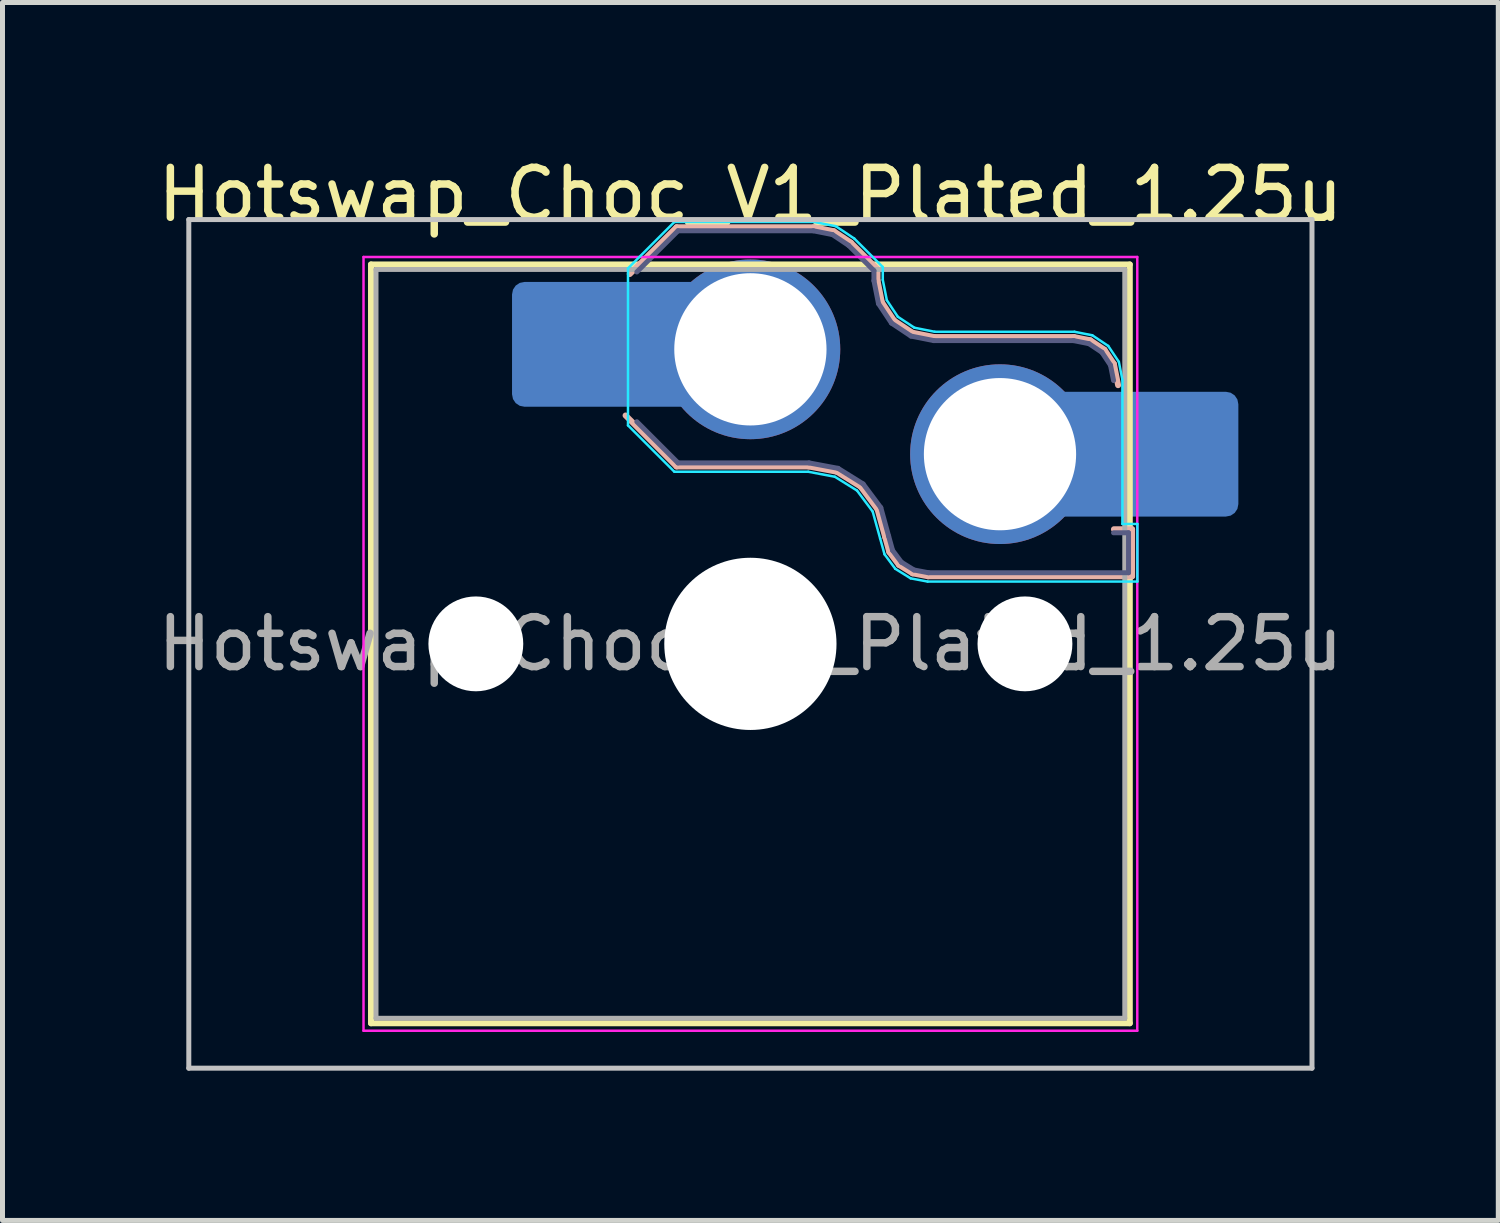
<source format=kicad_pcb>
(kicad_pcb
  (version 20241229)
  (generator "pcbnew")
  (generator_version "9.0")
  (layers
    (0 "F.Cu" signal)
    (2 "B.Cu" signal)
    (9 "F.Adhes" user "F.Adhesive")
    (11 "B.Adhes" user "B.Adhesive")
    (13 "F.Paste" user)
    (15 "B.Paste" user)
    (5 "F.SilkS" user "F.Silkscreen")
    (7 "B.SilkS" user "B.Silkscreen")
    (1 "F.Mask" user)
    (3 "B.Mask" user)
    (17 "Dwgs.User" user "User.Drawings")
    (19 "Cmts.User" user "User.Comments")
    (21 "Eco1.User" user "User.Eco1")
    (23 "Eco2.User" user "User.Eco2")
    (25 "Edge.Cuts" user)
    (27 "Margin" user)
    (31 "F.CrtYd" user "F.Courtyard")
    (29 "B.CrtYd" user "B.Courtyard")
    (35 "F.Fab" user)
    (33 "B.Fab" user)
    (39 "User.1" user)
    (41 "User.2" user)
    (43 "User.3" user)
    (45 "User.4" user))
  (footprint "Hotswap_Choc_V1_Plated_1.25u"
    (layer "F.Cu")
    (at 11.982 9.848)
    (property "Reference" "Hotswap_Choc_V1_Plated_1.25u" (at 0 -9 0) (layer "F.SilkS") (effects (font (size 1 1) (thickness 0.15))))
    (attr smd allow_soldermask_bridges)
    (fp_line (start -7.6 -7.6) (end -7.6 7.6) (stroke (width 0.12) (type solid)) (layer "F.SilkS"))
    (fp_line (start -7.6 7.6) (end 7.6 7.6) (stroke (width 0.12) (type solid)) (layer "F.SilkS"))
    (fp_line (start 7.6 -7.6) (end -7.6 -7.6) (stroke (width 0.12) (type solid)) (layer "F.SilkS"))
    (fp_line (start 7.6 7.6) (end 7.6 -7.6) (stroke (width 0.12) (type solid)) (layer "F.SilkS"))
    (fp_line (start -2.416 -7.409) (end -1.479 -8.346) (stroke (width 0.12) (type solid)) (layer "B.SilkS"))
    (fp_line (start -1.479 -8.346) (end 1.268 -8.346) (stroke (width 0.12) (type solid)) (layer "B.SilkS"))
    (fp_line (start -1.479 -3.554) (end -2.5 -4.575) (stroke (width 0.12) (type solid)) (layer "B.SilkS"))
    (fp_line (start 1.168 -3.554) (end -1.479 -3.554) (stroke (width 0.12) (type solid)) (layer "B.SilkS"))
    (fp_line (start 1.268 -8.346) (end 1.671 -8.266) (stroke (width 0.12) (type solid)) (layer "B.SilkS"))
    (fp_line (start 1.671 -8.266) (end 2.013 -8.037) (stroke (width 0.12) (type solid)) (layer "B.SilkS"))
    (fp_line (start 1.73 -3.449) (end 1.168 -3.554) (stroke (width 0.12) (type solid)) (layer "B.SilkS"))
    (fp_line (start 2.013 -8.037) (end 2.546 -7.504) (stroke (width 0.12) (type solid)) (layer "B.SilkS"))
    (fp_line (start 2.209 -3.15) (end 1.73 -3.449) (stroke (width 0.12) (type solid)) (layer "B.SilkS"))
    (fp_line (start 2.546 -7.504) (end 2.546 -7.282) (stroke (width 0.12) (type solid)) (layer "B.SilkS"))
    (fp_line (start 2.546 -7.282) (end 2.633 -6.844) (stroke (width 0.12) (type solid)) (layer "B.SilkS"))
    (fp_line (start 2.547 -2.697) (end 2.209 -3.15) (stroke (width 0.12) (type solid)) (layer "B.SilkS"))
    (fp_line (start 2.633 -6.844) (end 2.877 -6.477) (stroke (width 0.12) (type solid)) (layer "B.SilkS"))
    (fp_line (start 2.701 -2.139) (end 2.547 -2.697) (stroke (width 0.12) (type solid)) (layer "B.SilkS"))
    (fp_line (start 2.783 -1.841) (end 2.701 -2.139) (stroke (width 0.12) (type solid)) (layer "B.SilkS"))
    (fp_line (start 2.877 -6.477) (end 3.244 -6.233) (stroke (width 0.12) (type solid)) (layer "B.SilkS"))
    (fp_line (start 2.976 -1.583) (end 2.783 -1.841) (stroke (width 0.12) (type solid)) (layer "B.SilkS"))
    (fp_line (start 3.244 -6.233) (end 3.682 -6.146) (stroke (width 0.12) (type solid)) (layer "B.SilkS"))
    (fp_line (start 3.25 -1.413) (end 2.976 -1.583) (stroke (width 0.12) (type solid)) (layer "B.SilkS"))
    (fp_line (start 3.56 -1.354) (end 3.25 -1.413) (stroke (width 0.12) (type solid)) (layer "B.SilkS"))
    (fp_line (start 3.682 -6.146) (end 6.482 -6.146) (stroke (width 0.12) (type solid)) (layer "B.SilkS"))
    (fp_line (start 6.482 -6.146) (end 6.809 -6.081) (stroke (width 0.12) (type solid)) (layer "B.SilkS"))
    (fp_line (start 6.809 -6.081) (end 7.092 -5.892) (stroke (width 0.12) (type solid)) (layer "B.SilkS"))
    (fp_line (start 7.092 -5.892) (end 7.281 -5.609) (stroke (width 0.12) (type solid)) (layer "B.SilkS"))
    (fp_line (start 7.281 -5.609) (end 7.366 -5.182) (stroke (width 0.12) (type solid)) (layer "B.SilkS"))
    (fp_line (start 7.283 -2.296) (end 7.646 -2.296) (stroke (width 0.12) (type solid)) (layer "B.SilkS"))
    (fp_line (start 7.646 -2.296) (end 7.646 -1.354) (stroke (width 0.12) (type solid)) (layer "B.SilkS"))
    (fp_line (start 7.646 -1.354) (end 3.56 -1.354) (stroke (width 0.12) (type solid)) (layer "B.SilkS"))
    (fp_line (start -11.25 -8.5) (end -11.25 8.5) (stroke (width 0.1) (type solid)) (layer "Dwgs.User"))
    (fp_line (start -11.25 8.5) (end 11.25 8.5) (stroke (width 0.1) (type solid)) (layer "Dwgs.User"))
    (fp_line (start 11.25 -8.5) (end -11.25 -8.5) (stroke (width 0.1) (type solid)) (layer "Dwgs.User"))
    (fp_line (start 11.25 8.5) (end 11.25 -8.5) (stroke (width 0.1) (type solid)) (layer "Dwgs.User"))
    (fp_line (start -7.25 -7.25) (end -7.25 7.25) (stroke (width 0.1) (type solid)) (layer "Eco1.User"))
    (fp_line (start -7.25 7.25) (end 7.25 7.25) (stroke (width 0.1) (type solid)) (layer "Eco1.User"))
    (fp_line (start 7.25 -7.25) (end -7.25 -7.25) (stroke (width 0.1) (type solid)) (layer "Eco1.User"))
    (fp_line (start 7.25 7.25) (end 7.25 -7.25) (stroke (width 0.1) (type solid)) (layer "Eco1.User"))
    (fp_line (start -2.452 -7.523) (end -1.523 -8.452) (stroke (width 0.05) (type solid)) (layer "B.CrtYd"))
    (fp_line (start -2.452 -4.377) (end -2.452 -7.523) (stroke (width 0.05) (type solid)) (layer "B.CrtYd"))
    (fp_line (start -1.523 -8.452) (end 1.278 -8.452) (stroke (width 0.05) (type solid)) (layer "B.CrtYd"))
    (fp_line (start -1.523 -3.448) (end -2.452 -4.377) (stroke (width 0.05) (type solid)) (layer "B.CrtYd"))
    (fp_line (start 1.159 -3.448) (end -1.523 -3.448) (stroke (width 0.05) (type solid)) (layer "B.CrtYd"))
    (fp_line (start 1.278 -8.452) (end 1.712 -8.366) (stroke (width 0.05) (type solid)) (layer "B.CrtYd"))
    (fp_line (start 1.691 -3.348) (end 1.159 -3.448) (stroke (width 0.05) (type solid)) (layer "B.CrtYd"))
    (fp_line (start 1.712 -8.366) (end 2.081 -8.119) (stroke (width 0.05) (type solid)) (layer "B.CrtYd"))
    (fp_line (start 2.081 -8.119) (end 2.652 -7.548) (stroke (width 0.05) (type solid)) (layer "B.CrtYd"))
    (fp_line (start 2.136 -3.071) (end 1.691 -3.348) (stroke (width 0.05) (type solid)) (layer "B.CrtYd"))
    (fp_line (start 2.45 -2.65) (end 2.136 -3.071) (stroke (width 0.05) (type solid)) (layer "B.CrtYd"))
    (fp_line (start 2.599 -2.111) (end 2.45 -2.65) (stroke (width 0.05) (type solid)) (layer "B.CrtYd"))
    (fp_line (start 2.652 -7.548) (end 2.652 -7.292) (stroke (width 0.05) (type solid)) (layer "B.CrtYd"))
    (fp_line (start 2.652 -7.292) (end 2.733 -6.885) (stroke (width 0.05) (type solid)) (layer "B.CrtYd"))
    (fp_line (start 2.687 -1.794) (end 2.599 -2.111) (stroke (width 0.05) (type solid)) (layer "B.CrtYd"))
    (fp_line (start 2.733 -6.885) (end 2.953 -6.553) (stroke (width 0.05) (type solid)) (layer "B.CrtYd"))
    (fp_line (start 2.903 -1.503) (end 2.687 -1.794) (stroke (width 0.05) (type solid)) (layer "B.CrtYd"))
    (fp_line (start 2.953 -6.553) (end 3.285 -6.333) (stroke (width 0.05) (type solid)) (layer "B.CrtYd"))
    (fp_line (start 3.211 -1.312) (end 2.903 -1.503) (stroke (width 0.05) (type solid)) (layer "B.CrtYd"))
    (fp_line (start 3.285 -6.333) (end 3.692 -6.252) (stroke (width 0.05) (type solid)) (layer "B.CrtYd"))
    (fp_line (start 3.55 -1.248) (end 3.211 -1.312) (stroke (width 0.05) (type solid)) (layer "B.CrtYd"))
    (fp_line (start 3.692 -6.252) (end 6.492 -6.252) (stroke (width 0.05) (type solid)) (layer "B.CrtYd"))
    (fp_line (start 6.492 -6.252) (end 6.85 -6.181) (stroke (width 0.05) (type solid)) (layer "B.CrtYd"))
    (fp_line (start 6.85 -6.181) (end 7.168 -5.968) (stroke (width 0.05) (type solid)) (layer "B.CrtYd"))
    (fp_line (start 7.168 -5.968) (end 7.381 -5.65) (stroke (width 0.05) (type solid)) (layer "B.CrtYd"))
    (fp_line (start 7.381 -5.65) (end 7.452 -5.292) (stroke (width 0.05) (type solid)) (layer "B.CrtYd"))
    (fp_line (start 7.452 -5.292) (end 7.452 -2.402) (stroke (width 0.05) (type solid)) (layer "B.CrtYd"))
    (fp_line (start 7.452 -2.402) (end 7.752 -2.402) (stroke (width 0.05) (type solid)) (layer "B.CrtYd"))
    (fp_line (start 7.752 -2.402) (end 7.752 -1.248) (stroke (width 0.05) (type solid)) (layer "B.CrtYd"))
    (fp_line (start 7.752 -1.248) (end 3.55 -1.248) (stroke (width 0.05) (type solid)) (layer "B.CrtYd"))
    (fp_line (start -7.75 -7.75) (end -7.75 7.75) (stroke (width 0.05) (type solid)) (layer "F.CrtYd"))
    (fp_line (start -7.75 7.75) (end 7.75 7.75) (stroke (width 0.05) (type solid)) (layer "F.CrtYd"))
    (fp_line (start 7.75 -7.75) (end -7.75 -7.75) (stroke (width 0.05) (type solid)) (layer "F.CrtYd"))
    (fp_line (start 7.75 7.75) (end 7.75 -7.75) (stroke (width 0.05) (type solid)) (layer "F.CrtYd"))
    (fp_line (start -2.275 -7.45) (end -1.45 -8.275) (stroke (width 0.1) (type solid)) (layer "B.Fab"))
    (fp_line (start -1.45 -8.275) (end 1.261 -8.275) (stroke (width 0.1) (type solid)) (layer "B.Fab"))
    (fp_line (start -1.45 -3.625) (end -2.275 -4.45) (stroke (width 0.1) (type solid)) (layer "B.Fab"))
    (fp_line (start 1.175 -3.625) (end -1.45 -3.625) (stroke (width 0.1) (type solid)) (layer "B.Fab"))
    (fp_line (start 1.261 -8.275) (end 1.643 -8.199) (stroke (width 0.1) (type solid)) (layer "B.Fab"))
    (fp_line (start 1.643 -8.199) (end 1.968 -7.982) (stroke (width 0.1) (type solid)) (layer "B.Fab"))
    (fp_line (start 1.756 -3.516) (end 1.175 -3.625) (stroke (width 0.1) (type solid)) (layer "B.Fab"))
    (fp_line (start 1.968 -7.982) (end 2.475 -7.475) (stroke (width 0.1) (type solid)) (layer "B.Fab"))
    (fp_line (start 2.258 -3.203) (end 1.756 -3.516) (stroke (width 0.1) (type solid)) (layer "B.Fab"))
    (fp_line (start 2.475 -7.475) (end 2.475 -7.275) (stroke (width 0.1) (type solid)) (layer "B.Fab"))
    (fp_line (start 2.475 -7.275) (end 2.566 -6.816) (stroke (width 0.1) (type solid)) (layer "B.Fab"))
    (fp_line (start 2.566 -6.816) (end 2.826 -6.426) (stroke (width 0.1) (type solid)) (layer "B.Fab"))
    (fp_line (start 2.612 -2.729) (end 2.258 -3.203) (stroke (width 0.1) (type solid)) (layer "B.Fab"))
    (fp_line (start 2.769 -2.158) (end 2.612 -2.729) (stroke (width 0.1) (type solid)) (layer "B.Fab"))
    (fp_line (start 2.826 -6.426) (end 3.216 -6.166) (stroke (width 0.1) (type solid)) (layer "B.Fab"))
    (fp_line (start 2.848 -1.873) (end 2.769 -2.158) (stroke (width 0.1) (type solid)) (layer "B.Fab"))
    (fp_line (start 3.025 -1.636) (end 2.848 -1.873) (stroke (width 0.1) (type solid)) (layer "B.Fab"))
    (fp_line (start 3.216 -6.166) (end 3.675 -6.075) (stroke (width 0.1) (type solid)) (layer "B.Fab"))
    (fp_line (start 3.276 -1.48) (end 3.025 -1.636) (stroke (width 0.1) (type solid)) (layer "B.Fab"))
    (fp_line (start 3.567 -1.425) (end 3.276 -1.48) (stroke (width 0.1) (type solid)) (layer "B.Fab"))
    (fp_line (start 3.675 -6.075) (end 6.475 -6.075) (stroke (width 0.1) (type solid)) (layer "B.Fab"))
    (fp_line (start 6.475 -6.075) (end 6.781 -6.014) (stroke (width 0.1) (type solid)) (layer "B.Fab"))
    (fp_line (start 6.781 -6.014) (end 7.041 -5.841) (stroke (width 0.1) (type solid)) (layer "B.Fab"))
    (fp_line (start 7.041 -5.841) (end 7.214 -5.581) (stroke (width 0.1) (type solid)) (layer "B.Fab"))
    (fp_line (start 7.214 -5.581) (end 7.275 -5.275) (stroke (width 0.1) (type solid)) (layer "B.Fab"))
    (fp_line (start 7.275 -2.225) (end 7.575 -2.225) (stroke (width 0.1) (type solid)) (layer "B.Fab"))
    (fp_line (start 7.575 -2.225) (end 7.575 -1.425) (stroke (width 0.1) (type solid)) (layer "B.Fab"))
    (fp_line (start 7.575 -1.425) (end 3.567 -1.425) (stroke (width 0.1) (type solid)) (layer "B.Fab"))
    (fp_line (start -7.5 -7.5) (end -7.5 7.5) (stroke (width 0.1) (type solid)) (layer "F.Fab"))
    (fp_line (start -7.5 7.5) (end 7.5 7.5) (stroke (width 0.1) (type solid)) (layer "F.Fab"))
    (fp_line (start 7.5 -7.5) (end -7.5 -7.5) (stroke (width 0.1) (type solid)) (layer "F.Fab"))
    (fp_line (start 7.5 7.5) (end 7.5 -7.5) (stroke (width 0.1) (type solid)) (layer "F.Fab"))
    (fp_text user "${REFERENCE}" (at 0 0 0) (layer "F.Fab") (effects (font (size 1 1) (thickness 0.15))))
    (pad "" np_thru_hole circle (at -5.5 0) (size 1.9 1.9) (drill 1.9) (layers "*.Cu" "*.Mask"))
    (pad "" smd roundrect (at -3.5 -6) (size 2.55 2.5) (layers "B.Mask" "B.Paste") (roundrect_rratio 0.1))
    (pad "" np_thru_hole circle (at 0 0) (size 3.45 3.45) (drill 3.45) (layers "*.Cu" "*.Mask"))
    (pad "" np_thru_hole circle (at 5.5 0) (size 1.9 1.9) (drill 1.9) (layers "*.Cu" "*.Mask"))
    (pad "" smd roundrect (at 8.5 -3.8) (size 2.55 2.5) (layers "B.Mask" "B.Paste") (roundrect_rratio 0.1))
    (pad "1" smd roundrect (at -2.85 -6) (size 3.85 2.5) (layers "B.Cu") (roundrect_rratio 0.1))
    (pad "1" thru_hole circle (at 0 -5.9) (size 3.6 3.6) (drill 3.05) (layers "*.Cu" "*.Mask"))
    (pad "2" thru_hole circle (at 5 -3.8) (size 3.6 3.6) (drill 3.05) (layers "*.Cu" "*.Mask"))
    (pad "2" smd roundrect (at 7.85 -3.8) (size 3.85 2.5) (layers "B.Cu") (roundrect_rratio 0.1)))
  (gr_rect
    (start -3 -3)
    (end 26.964 21.398)
    (stroke (width 0.1) (type default))
    (fill no)
    (layer "Edge.Cuts")))
</source>
